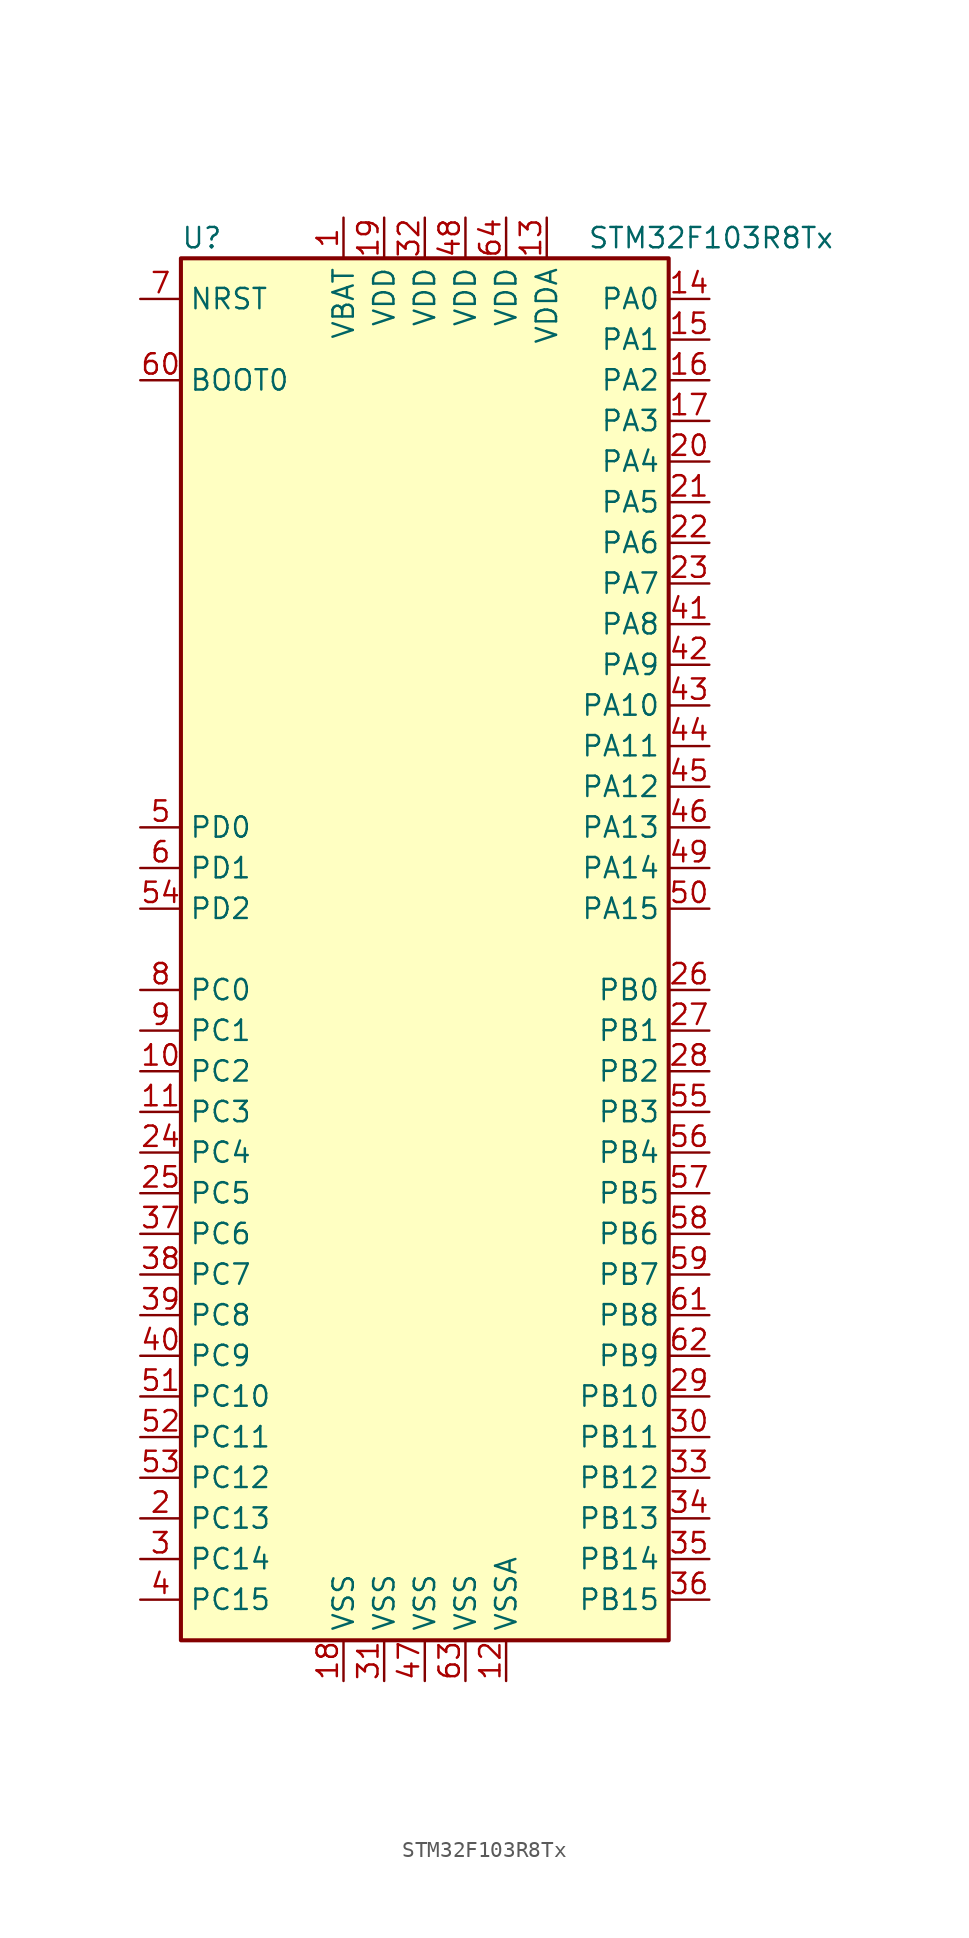
<source format=kicad_sym>
(kicad_symbol_lib
  (version 20201005)
  (generator kicad_symbol_editor)
  (symbol "STM32F103R8Tx"
    (property "Reference" "U"
      (at -15.24 44.45 0)
      (effects (font (size 1.27 1.27)) (justify left)))
    (property "Value" "STM32F103R8Tx"
      (at 10.16 44.45 0)
      (effects (font (size 1.27 1.27)) (justify left)))
    (symbol "STM32F103R8Tx_0_1"
      (rectangle (start -15.24 -43.18) (end 15.24 43.18) (stroke (width 0.254)) (fill (type background))))
    (symbol "STM32F103R8Tx_1_1"
      (pin input line (at -17.78 35.56 0) (length 2.54) (name "BOOT0" (effects (font (size 1.27 1.27)))) (number "60" (effects (font (size 1.27 1.27)))))
      (pin input line (at -17.78 40.64 0) (length 2.54) (name "NRST" (effects (font (size 1.27 1.27)))) (number "7" (effects (font (size 1.27 1.27)))))
      (pin bidirectional line (at 17.78 40.64 180) (length 2.54) (name "PA0" (effects (font (size 1.27 1.27)))) (number "14" (effects (font (size 1.27 1.27)))))
      (pin bidirectional line (at 17.78 38.1 180) (length 2.54) (name "PA1" (effects (font (size 1.27 1.27)))) (number "15" (effects (font (size 1.27 1.27)))))
      (pin bidirectional line (at 17.78 15.24 180) (length 2.54) (name "PA10" (effects (font (size 1.27 1.27)))) (number "43" (effects (font (size 1.27 1.27)))))
      (pin bidirectional line (at 17.78 12.7 180) (length 2.54) (name "PA11" (effects (font (size 1.27 1.27)))) (number "44" (effects (font (size 1.27 1.27)))))
      (pin bidirectional line (at 17.78 10.16 180) (length 2.54) (name "PA12" (effects (font (size 1.27 1.27)))) (number "45" (effects (font (size 1.27 1.27)))))
      (pin bidirectional line (at 17.78 7.62 180) (length 2.54) (name "PA13" (effects (font (size 1.27 1.27)))) (number "46" (effects (font (size 1.27 1.27)))))
      (pin bidirectional line (at 17.78 5.08 180) (length 2.54) (name "PA14" (effects (font (size 1.27 1.27)))) (number "49" (effects (font (size 1.27 1.27)))))
      (pin bidirectional line (at 17.78 2.54 180) (length 2.54) (name "PA15" (effects (font (size 1.27 1.27)))) (number "50" (effects (font (size 1.27 1.27)))))
      (pin bidirectional line (at 17.78 35.56 180) (length 2.54) (name "PA2" (effects (font (size 1.27 1.27)))) (number "16" (effects (font (size 1.27 1.27)))))
      (pin bidirectional line (at 17.78 33.02 180) (length 2.54) (name "PA3" (effects (font (size 1.27 1.27)))) (number "17" (effects (font (size 1.27 1.27)))))
      (pin bidirectional line (at 17.78 30.48 180) (length 2.54) (name "PA4" (effects (font (size 1.27 1.27)))) (number "20" (effects (font (size 1.27 1.27)))))
      (pin bidirectional line (at 17.78 27.94 180) (length 2.54) (name "PA5" (effects (font (size 1.27 1.27)))) (number "21" (effects (font (size 1.27 1.27)))))
      (pin bidirectional line (at 17.78 25.4 180) (length 2.54) (name "PA6" (effects (font (size 1.27 1.27)))) (number "22" (effects (font (size 1.27 1.27)))))
      (pin bidirectional line (at 17.78 22.86 180) (length 2.54) (name "PA7" (effects (font (size 1.27 1.27)))) (number "23" (effects (font (size 1.27 1.27)))))
      (pin bidirectional line (at 17.78 20.32 180) (length 2.54) (name "PA8" (effects (font (size 1.27 1.27)))) (number "41" (effects (font (size 1.27 1.27)))))
      (pin bidirectional line (at 17.78 17.78 180) (length 2.54) (name "PA9" (effects (font (size 1.27 1.27)))) (number "42" (effects (font (size 1.27 1.27)))))
      (pin bidirectional line (at 17.78 -2.54 180) (length 2.54) (name "PB0" (effects (font (size 1.27 1.27)))) (number "26" (effects (font (size 1.27 1.27)))))
      (pin bidirectional line (at 17.78 -5.08 180) (length 2.54) (name "PB1" (effects (font (size 1.27 1.27)))) (number "27" (effects (font (size 1.27 1.27)))))
      (pin bidirectional line (at 17.78 -27.94 180) (length 2.54) (name "PB10" (effects (font (size 1.27 1.27)))) (number "29" (effects (font (size 1.27 1.27)))))
      (pin bidirectional line (at 17.78 -30.48 180) (length 2.54) (name "PB11" (effects (font (size 1.27 1.27)))) (number "30" (effects (font (size 1.27 1.27)))))
      (pin bidirectional line (at 17.78 -33.02 180) (length 2.54) (name "PB12" (effects (font (size 1.27 1.27)))) (number "33" (effects (font (size 1.27 1.27)))))
      (pin bidirectional line (at 17.78 -35.56 180) (length 2.54) (name "PB13" (effects (font (size 1.27 1.27)))) (number "34" (effects (font (size 1.27 1.27)))))
      (pin bidirectional line (at 17.78 -38.1 180) (length 2.54) (name "PB14" (effects (font (size 1.27 1.27)))) (number "35" (effects (font (size 1.27 1.27)))))
      (pin bidirectional line (at 17.78 -40.64 180) (length 2.54) (name "PB15" (effects (font (size 1.27 1.27)))) (number "36" (effects (font (size 1.27 1.27)))))
      (pin bidirectional line (at 17.78 -7.62 180) (length 2.54) (name "PB2" (effects (font (size 1.27 1.27)))) (number "28" (effects (font (size 1.27 1.27)))))
      (pin bidirectional line (at 17.78 -10.16 180) (length 2.54) (name "PB3" (effects (font (size 1.27 1.27)))) (number "55" (effects (font (size 1.27 1.27)))))
      (pin bidirectional line (at 17.78 -12.7 180) (length 2.54) (name "PB4" (effects (font (size 1.27 1.27)))) (number "56" (effects (font (size 1.27 1.27)))))
      (pin bidirectional line (at 17.78 -15.24 180) (length 2.54) (name "PB5" (effects (font (size 1.27 1.27)))) (number "57" (effects (font (size 1.27 1.27)))))
      (pin bidirectional line (at 17.78 -17.78 180) (length 2.54) (name "PB6" (effects (font (size 1.27 1.27)))) (number "58" (effects (font (size 1.27 1.27)))))
      (pin bidirectional line (at 17.78 -20.32 180) (length 2.54) (name "PB7" (effects (font (size 1.27 1.27)))) (number "59" (effects (font (size 1.27 1.27)))))
      (pin bidirectional line (at 17.78 -22.86 180) (length 2.54) (name "PB8" (effects (font (size 1.27 1.27)))) (number "61" (effects (font (size 1.27 1.27)))))
      (pin bidirectional line (at 17.78 -25.4 180) (length 2.54) (name "PB9" (effects (font (size 1.27 1.27)))) (number "62" (effects (font (size 1.27 1.27)))))
      (pin bidirectional line (at -17.78 -2.54 0) (length 2.54) (name "PC0" (effects (font (size 1.27 1.27)))) (number "8" (effects (font (size 1.27 1.27)))))
      (pin bidirectional line (at -17.78 -5.08 0) (length 2.54) (name "PC1" (effects (font (size 1.27 1.27)))) (number "9" (effects (font (size 1.27 1.27)))))
      (pin bidirectional line (at -17.78 -27.94 0) (length 2.54) (name "PC10" (effects (font (size 1.27 1.27)))) (number "51" (effects (font (size 1.27 1.27)))))
      (pin bidirectional line (at -17.78 -30.48 0) (length 2.54) (name "PC11" (effects (font (size 1.27 1.27)))) (number "52" (effects (font (size 1.27 1.27)))))
      (pin bidirectional line (at -17.78 -33.02 0) (length 2.54) (name "PC12" (effects (font (size 1.27 1.27)))) (number "53" (effects (font (size 1.27 1.27)))))
      (pin bidirectional line (at -17.78 -35.56 0) (length 2.54) (name "PC13" (effects (font (size 1.27 1.27)))) (number "2" (effects (font (size 1.27 1.27)))))
      (pin bidirectional line (at -17.78 -38.1 0) (length 2.54) (name "PC14" (effects (font (size 1.27 1.27)))) (number "3" (effects (font (size 1.27 1.27)))))
      (pin bidirectional line (at -17.78 -40.64 0) (length 2.54) (name "PC15" (effects (font (size 1.27 1.27)))) (number "4" (effects (font (size 1.27 1.27)))))
      (pin bidirectional line (at -17.78 -7.62 0) (length 2.54) (name "PC2" (effects (font (size 1.27 1.27)))) (number "10" (effects (font (size 1.27 1.27)))))
      (pin bidirectional line (at -17.78 -10.16 0) (length 2.54) (name "PC3" (effects (font (size 1.27 1.27)))) (number "11" (effects (font (size 1.27 1.27)))))
      (pin bidirectional line (at -17.78 -12.7 0) (length 2.54) (name "PC4" (effects (font (size 1.27 1.27)))) (number "24" (effects (font (size 1.27 1.27)))))
      (pin bidirectional line (at -17.78 -15.24 0) (length 2.54) (name "PC5" (effects (font (size 1.27 1.27)))) (number "25" (effects (font (size 1.27 1.27)))))
      (pin bidirectional line (at -17.78 -17.78 0) (length 2.54) (name "PC6" (effects (font (size 1.27 1.27)))) (number "37" (effects (font (size 1.27 1.27)))))
      (pin bidirectional line (at -17.78 -20.32 0) (length 2.54) (name "PC7" (effects (font (size 1.27 1.27)))) (number "38" (effects (font (size 1.27 1.27)))))
      (pin bidirectional line (at -17.78 -22.86 0) (length 2.54) (name "PC8" (effects (font (size 1.27 1.27)))) (number "39" (effects (font (size 1.27 1.27)))))
      (pin bidirectional line (at -17.78 -25.4 0) (length 2.54) (name "PC9" (effects (font (size 1.27 1.27)))) (number "40" (effects (font (size 1.27 1.27)))))
      (pin input line (at -17.78 7.62 0) (length 2.54) (name "PD0" (effects (font (size 1.27 1.27)))) (number "5" (effects (font (size 1.27 1.27)))))
      (pin input line (at -17.78 5.08 0) (length 2.54) (name "PD1" (effects (font (size 1.27 1.27)))) (number "6" (effects (font (size 1.27 1.27)))))
      (pin bidirectional line (at -17.78 2.54 0) (length 2.54) (name "PD2" (effects (font (size 1.27 1.27)))) (number "54" (effects (font (size 1.27 1.27)))))
      (pin power_in line (at -5.08 45.72 270) (length 2.54) (name "VBAT" (effects (font (size 1.27 1.27)))) (number "1" (effects (font (size 1.27 1.27)))))
      (pin power_in line (at -2.54 45.72 270) (length 2.54) (name "VDD" (effects (font (size 1.27 1.27)))) (number "19" (effects (font (size 1.27 1.27)))))
      (pin power_in line (at 0 45.72 270) (length 2.54) (name "VDD" (effects (font (size 1.27 1.27)))) (number "32" (effects (font (size 1.27 1.27)))))
      (pin power_in line (at 2.54 45.72 270) (length 2.54) (name "VDD" (effects (font (size 1.27 1.27)))) (number "48" (effects (font (size 1.27 1.27)))))
      (pin power_in line (at 5.08 45.72 270) (length 2.54) (name "VDD" (effects (font (size 1.27 1.27)))) (number "64" (effects (font (size 1.27 1.27)))))
      (pin power_in line (at 7.62 45.72 270) (length 2.54) (name "VDDA" (effects (font (size 1.27 1.27)))) (number "13" (effects (font (size 1.27 1.27)))))
      (pin power_in line (at -5.08 -45.72 90) (length 2.54) (name "VSS" (effects (font (size 1.27 1.27)))) (number "18" (effects (font (size 1.27 1.27)))))
      (pin power_in line (at -2.54 -45.72 90) (length 2.54) (name "VSS" (effects (font (size 1.27 1.27)))) (number "31" (effects (font (size 1.27 1.27)))))
      (pin power_in line (at 0 -45.72 90) (length 2.54) (name "VSS" (effects (font (size 1.27 1.27)))) (number "47" (effects (font (size 1.27 1.27)))))
      (pin power_in line (at 2.54 -45.72 90) (length 2.54) (name "VSS" (effects (font (size 1.27 1.27)))) (number "63" (effects (font (size 1.27 1.27)))))
      (pin power_in line (at 5.08 -45.72 90) (length 2.54) (name "VSSA" (effects (font (size 1.27 1.27)))) (number "12" (effects (font (size 1.27 1.27))))))))
</source>
